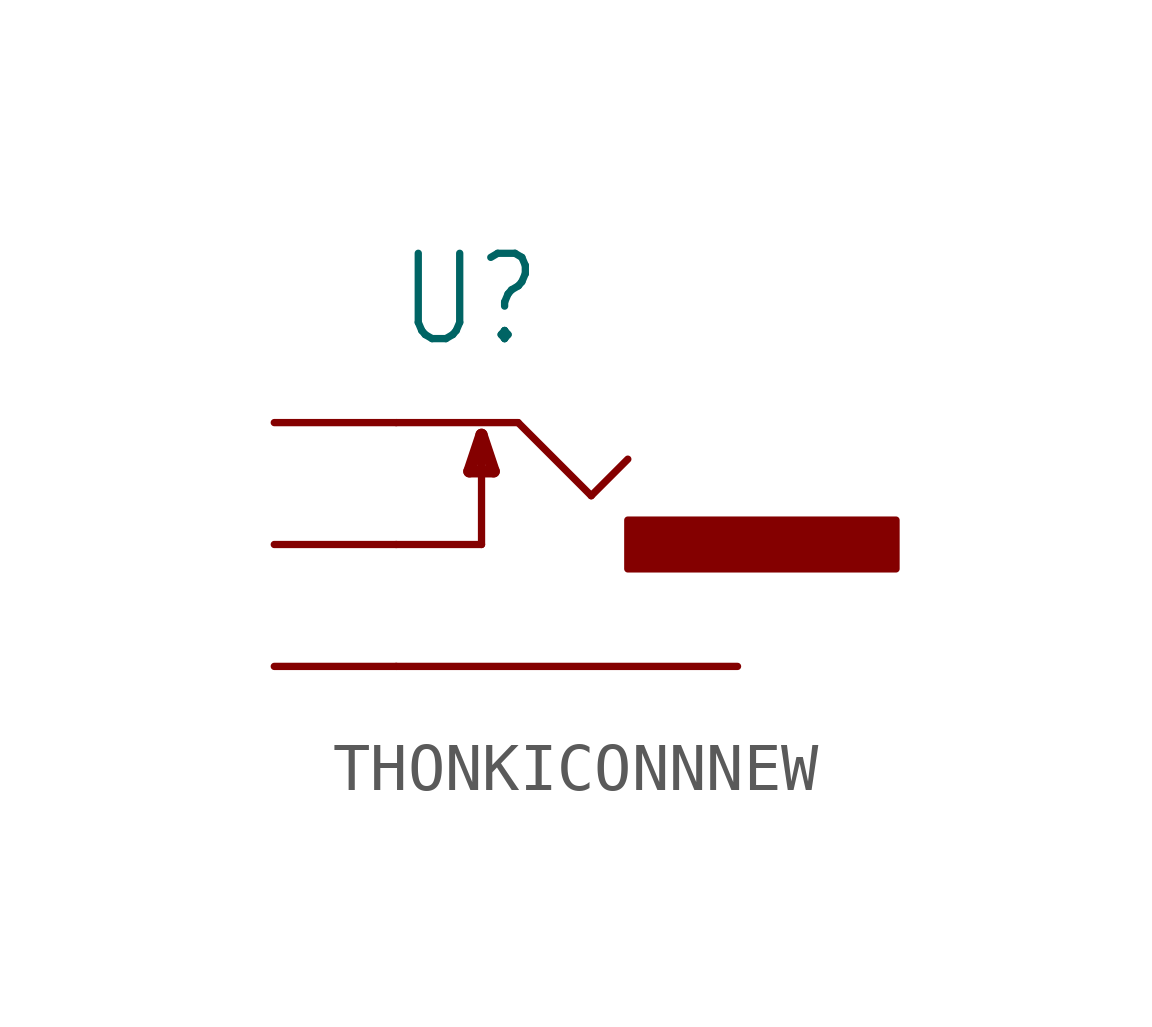
<source format=kicad_sym>
(kicad_symbol_lib
  (version 20211014)
  (generator kicad_symbol_editor)
  (symbol "THONKICONNNEW"
    (property "Reference" "U"
      (at -2.54 4.064 0)
      (effects (font (size 1.778 1.511)) (justify left bottom)))
    (property "ki_locked" ""
      (at 0 0 0)
      (effects (font (size 1.27 1.27))))
    (symbol "THONKICONNNEW_1_0"
      (polyline (pts (xy -2.54 -2.54) (xy 4.572 -2.54)) (stroke (width 0.152) (type default) (color 0 0 0 0)) (fill (type none)))
      (polyline (pts (xy -2.54 0) (xy -0.762 0)) (stroke (width 0.152) (type default) (color 0 0 0 0)) (fill (type none)))
      (polyline (pts (xy -2.54 2.54) (xy 0 2.54)) (stroke (width 0.152) (type default) (color 0 0 0 0)) (fill (type none)))
      (polyline (pts (xy -1.016 1.524) (xy -0.508 1.524)) (stroke (width 0.254) (type default) (color 0 0 0 0)) (fill (type none)))
      (polyline (pts (xy -0.762 0) (xy -0.762 2.286)) (stroke (width 0.152) (type default) (color 0 0 0 0)) (fill (type none)))
      (polyline (pts (xy -0.762 2.286) (xy -1.016 1.524)) (stroke (width 0.254) (type default) (color 0 0 0 0)) (fill (type none)))
      (polyline (pts (xy -0.508 1.524) (xy -0.762 2.286)) (stroke (width 0.254) (type default) (color 0 0 0 0)) (fill (type none)))
      (polyline (pts (xy 0 2.54) (xy 1.524 1.016)) (stroke (width 0.152) (type default) (color 0 0 0 0)) (fill (type none)))
      (polyline (pts (xy 1.524 1.016) (xy 2.286 1.778)) (stroke (width 0.152) (type default) (color 0 0 0 0)) (fill (type none)))
      (rectangle (start 2.286 -0.508) (end 7.874 0.508) (stroke (width 0) (type default) (color 0 0 0 0)) (fill (type outline)))
      (pin passive line (at -5.08 2.54 0) (length 2.54) (name "TIP" (effects (font (size 0 0)))) (number "P$1_TIP" (effects (font (size 0 0)))))
      (pin passive line (at -5.08 0 0) (length 2.54) (name "SWITCH" (effects (font (size 0 0)))) (number "P$2_SWITCH" (effects (font (size 0 0)))))
      (pin passive line (at -5.08 -2.54 0) (length 2.54) (name "SLEEVE" (effects (font (size 0 0)))) (number "P$3_SLEEVE" (effects (font (size 0 0))))))))
</source>
